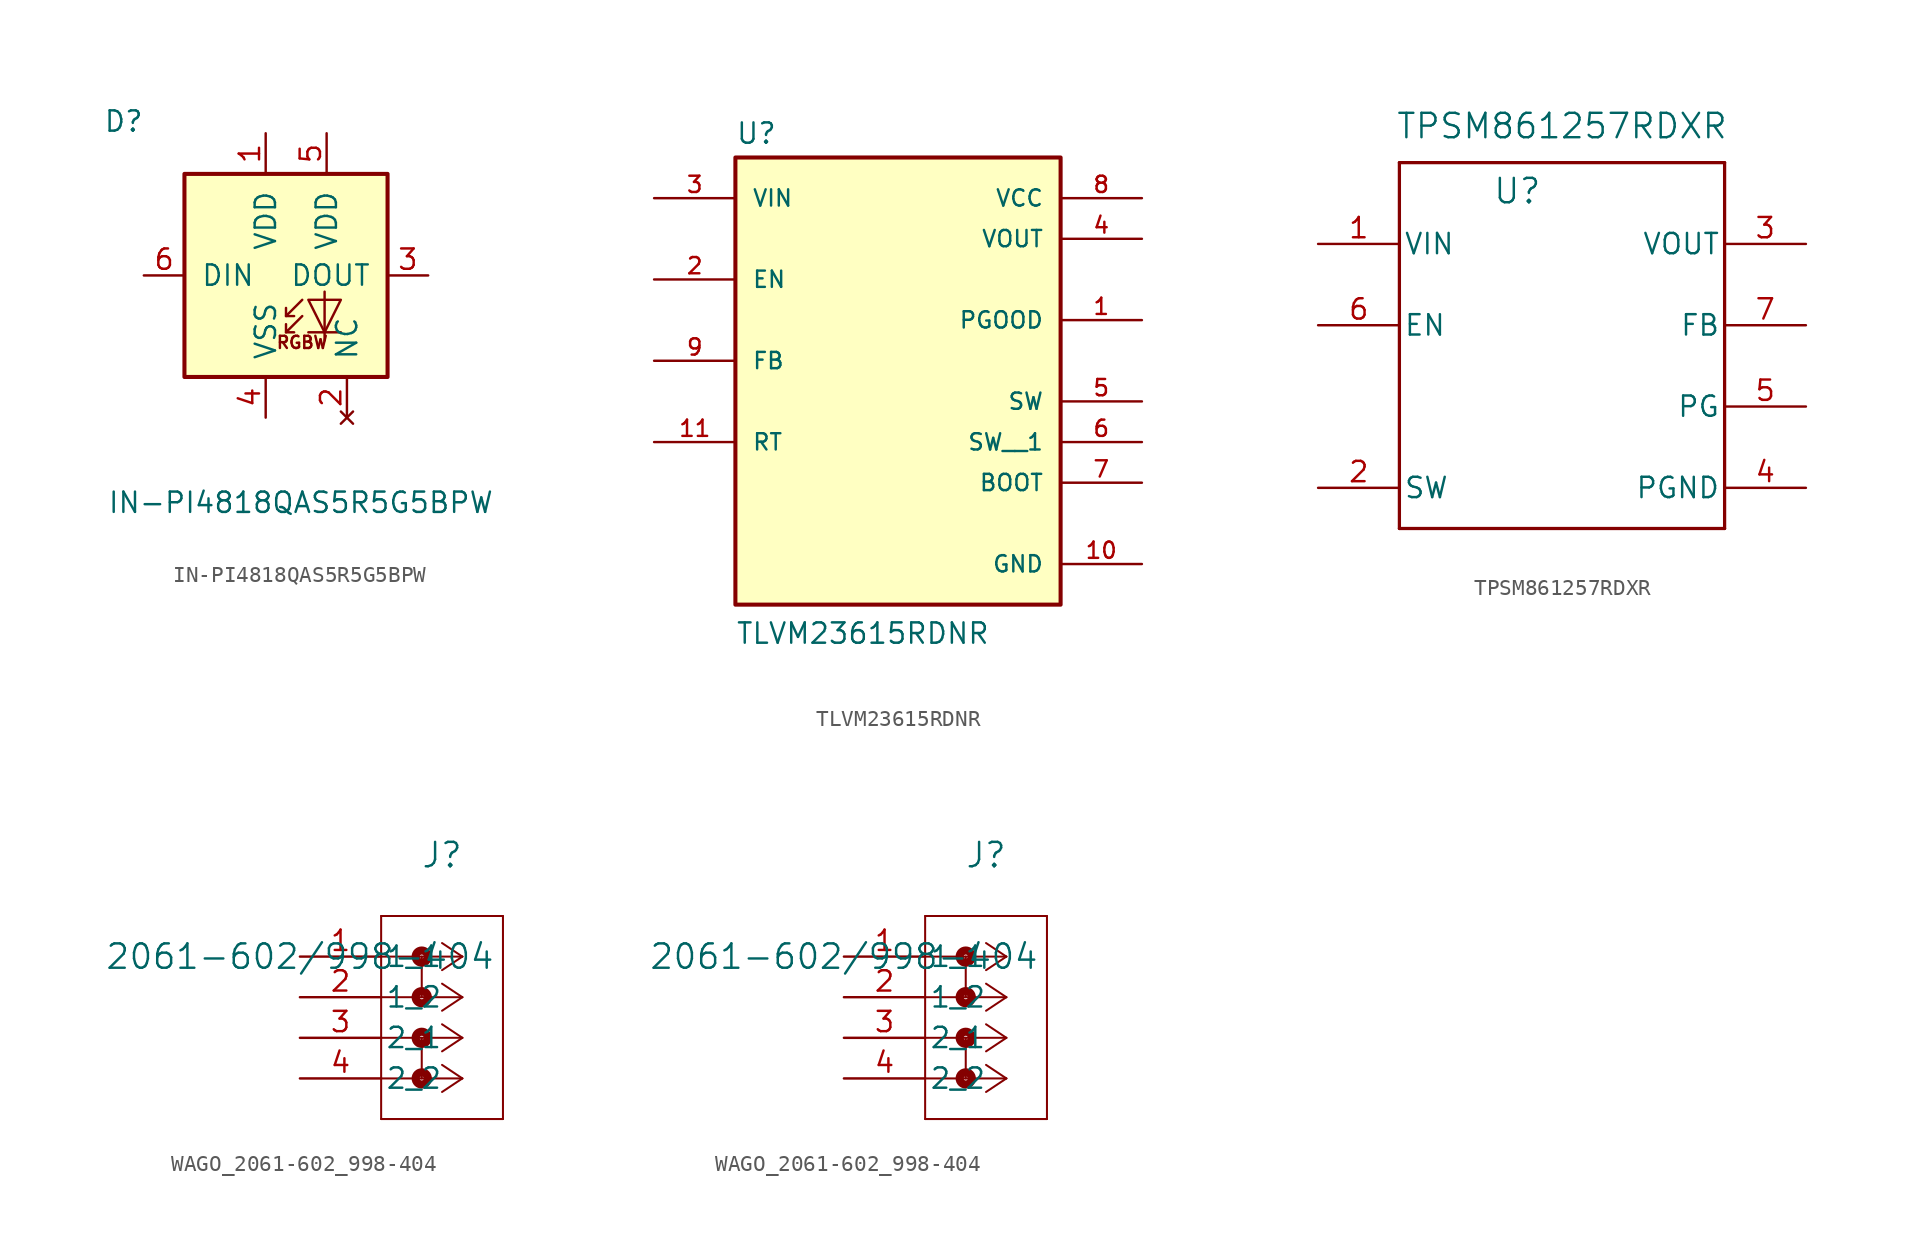
<source format=kicad_sym>
(kicad_symbol_lib
  (version 20231120)
  (generator "kicad_symbol_editor")
  (generator_version "8.0")
  (symbol "IN-PI4818QAS5R5G5BPW"
    (pin_names
      (offset 1.016))
    (property "Reference" "D"
      (at -10.16 8.89 0)
      (effects (font (size 1.27 1.27)) (justify left bottom)))
    (property "Value" "IN-PI4818QAS5R5G5BPW"
      (at -9.906 -13.462 0)
      (effects (font (size 1.27 1.27)) (justify left top)))
    (symbol "IN-PI4818QAS5R5G5BPW_0_1"
      (rectangle (start -5.08 6.35) (end 7.62 -6.35) (stroke (width 0.254) (type default)) (fill (type background)))
      (polyline (pts (xy 1.27 -3.556) (xy 1.778 -3.556)) (stroke (width 0) (type default)) (fill (type none)))
      (polyline (pts (xy 1.27 -2.54) (xy 1.778 -2.54)) (stroke (width 0) (type default)) (fill (type none)))
      (polyline (pts (xy 4.699 -3.556) (xy 2.667 -3.556)) (stroke (width 0) (type default)) (fill (type none)))
      (polyline (pts (xy 2.286 -2.54) (xy 1.27 -3.556) (xy 1.27 -3.048)) (stroke (width 0) (type default)) (fill (type none)))
      (polyline (pts (xy 2.286 -1.524) (xy 1.27 -2.54) (xy 1.27 -2.032)) (stroke (width 0) (type default)) (fill (type none)))
      (polyline (pts (xy 3.683 -1.016) (xy 3.683 -3.556) (xy 3.683 -4.064)) (stroke (width 0) (type default)) (fill (type none)))
      (polyline (pts (xy 4.699 -1.524) (xy 2.667 -1.524) (xy 3.683 -3.556) (xy 4.699 -1.524)) (stroke (width 0) (type default)) (fill (type none))))
    (symbol "IN-PI4818QAS5R5G5BPW_1_0"
      (text "RGBW" (at 2.286 -4.191 0) (effects (font (size 0.762 0.762)))))
    (symbol "IN-PI4818QAS5R5G5BPW_1_1"
      (pin power_in line (at 0 8.89 270) (length 2.54) (name "VDD" (effects (font (size 1.27 1.27)))) (number "1" (effects (font (size 1.27 1.27)))))
      (pin no_connect line (at 5.08 -8.89 90) (length 2.54) (name "NC" (effects (font (size 1.27 1.27)))) (number "2" (effects (font (size 1.27 1.27)))))
      (pin output line (at 10.16 0 180) (length 2.54) (name "DOUT" (effects (font (size 1.27 1.27)))) (number "3" (effects (font (size 1.27 1.27)))))
      (pin power_in line (at 0 -8.89 90) (length 2.54) (name "VSS" (effects (font (size 1.27 1.27)))) (number "4" (effects (font (size 1.27 1.27)))))
      (pin power_in line (at 3.81 8.89 270) (length 2.54) (name "VDD" (effects (font (size 1.27 1.27)))) (number "5" (effects (font (size 1.27 1.27)))))
      (pin input line (at -7.62 0 0) (length 2.54) (name "DIN" (effects (font (size 1.27 1.27)))) (number "6" (effects (font (size 1.27 1.27)))))))
  (symbol "TLVM23615RDNR"
    (pin_names
      (offset 1.016))
    (property "Reference" "U"
      (at -10.16 13.462 0)
      (effects (font (size 1.27 1.27)) (justify left bottom)))
    (property "Value" "TLVM23615RDNR"
      (at -10.16 -17.78 0)
      (effects (font (size 1.27 1.27)) (justify left bottom)))
    (symbol "TLVM23615RDNR_0_0"
      (rectangle (start -10.16 -15.24) (end 10.16 12.7) (stroke (width 0.254) (type default)) (fill (type background)))
      (pin output line (at 15.24 2.54 180) (length 5.08) (name "PGOOD" (effects (font (size 1.016 1.016)))) (number "1" (effects (font (size 1.016 1.016)))))
      (pin power_in line (at 15.24 -12.7 180) (length 5.08) (name "GND" (effects (font (size 1.016 1.016)))) (number "10" (effects (font (size 1.016 1.016)))))
      (pin passive line (at -15.24 -5.08 0) (length 5.08) (name "RT" (effects (font (size 1.016 1.016)))) (number "11" (effects (font (size 1.016 1.016)))))
      (pin input line (at -15.24 5.08 0) (length 5.08) (name "EN" (effects (font (size 1.016 1.016)))) (number "2" (effects (font (size 1.016 1.016)))))
      (pin input line (at -15.24 10.16 0) (length 5.08) (name "VIN" (effects (font (size 1.016 1.016)))) (number "3" (effects (font (size 1.016 1.016)))))
      (pin output line (at 15.24 7.62 180) (length 5.08) (name "VOUT" (effects (font (size 1.016 1.016)))) (number "4" (effects (font (size 1.016 1.016)))))
      (pin passive line (at 15.24 -2.54 180) (length 5.08) (name "SW" (effects (font (size 1.016 1.016)))) (number "5" (effects (font (size 1.016 1.016)))))
      (pin passive line (at 15.24 -5.08 180) (length 5.08) (name "SW__1" (effects (font (size 1.016 1.016)))) (number "6" (effects (font (size 1.016 1.016)))))
      (pin passive line (at 15.24 -7.62 180) (length 5.08) (name "BOOT" (effects (font (size 1.016 1.016)))) (number "7" (effects (font (size 1.016 1.016)))))
      (pin output line (at 15.24 10.16 180) (length 5.08) (name "VCC" (effects (font (size 1.016 1.016)))) (number "8" (effects (font (size 1.016 1.016)))))
      (pin input line (at -15.24 0 0) (length 5.08) (name "FB" (effects (font (size 1.016 1.016)))) (number "9" (effects (font (size 1.016 1.016)))))))
  (symbol "TPSM861257RDXR"
    (pin_names
      (offset 0.254))
    (property "Reference" "U"
      (at 12.446 3.302 0)
      (effects (font (size 1.524 1.524))))
    (property "Value" "TPSM861257RDXR"
      (at 15.24 7.366 0)
      (effects (font (size 1.524 1.524))))
    (symbol "TPSM861257RDXR_0_1"
      (polyline (pts (xy 5.08 -17.78) (xy 25.4 -17.78)) (stroke (width 0.203) (type default)) (fill (type none)))
      (polyline (pts (xy 5.08 5.08) (xy 5.08 -17.78)) (stroke (width 0.203) (type default)) (fill (type none)))
      (polyline (pts (xy 25.4 -17.78) (xy 25.4 5.08)) (stroke (width 0.203) (type default)) (fill (type none)))
      (polyline (pts (xy 25.4 5.08) (xy 5.08 5.08)) (stroke (width 0.203) (type default)) (fill (type none)))
      (pin power_in line (at 0 0 0) (length 5.08) (name "VIN" (effects (font (size 1.27 1.27)))) (number "1" (effects (font (size 1.27 1.27)))))
      (pin unspecified line (at 0 -15.24 0) (length 5.08) (name "SW" (effects (font (size 1.27 1.27)))) (number "2" (effects (font (size 1.27 1.27)))))
      (pin power_in line (at 30.48 0 180) (length 5.08) (name "VOUT" (effects (font (size 1.27 1.27)))) (number "3" (effects (font (size 1.27 1.27)))))
      (pin power_in line (at 30.48 -15.24 180) (length 5.08) (name "PGND" (effects (font (size 1.27 1.27)))) (number "4" (effects (font (size 1.27 1.27)))))
      (pin open_collector line (at 30.48 -10.16 180) (length 5.08) (name "PG" (effects (font (size 1.27 1.27)))) (number "5" (effects (font (size 1.27 1.27)))))
      (pin input line (at 0 -5.08 0) (length 5.08) (name "EN" (effects (font (size 1.27 1.27)))) (number "6" (effects (font (size 1.27 1.27)))))
      (pin unspecified line (at 30.48 -5.08 180) (length 5.08) (name "FB" (effects (font (size 1.27 1.27)))) (number "7" (effects (font (size 1.27 1.27)))))))
  (symbol "WAGO_2061-602_998-404"
    (pin_names
      (offset 0.254))
    (property "Reference" "J"
      (at 8.89 6.35 0)
      (effects (font (size 1.524 1.524))))
    (property "Value" "2061-602/998-404"
      (at 0 0 0)
      (effects (font (size 1.524 1.524))))
    (property "ki_locked" ""
      (at 0 0 0)
      (effects (font (size 1.27 1.27))))
    (symbol "WAGO_2061-602_998-404_1_1"
      (polyline (pts (xy 5.08 -10.16) (xy 12.7 -10.16)) (stroke (width 0.127) (type default)) (fill (type none)))
      (polyline (pts (xy 5.08 2.54) (xy 5.08 -10.16)) (stroke (width 0.127) (type default)) (fill (type none)))
      (polyline (pts (xy 7.62 -5.08) (xy 7.62 -7.62)) (stroke (width 0.127) (type default)) (fill (type none)))
      (polyline (pts (xy 7.62 0) (xy 7.62 -2.54)) (stroke (width 0.127) (type default)) (fill (type none)))
      (polyline (pts (xy 10.16 -7.62) (xy 5.08 -7.62)) (stroke (width 0.127) (type default)) (fill (type none)))
      (polyline (pts (xy 10.16 -7.62) (xy 8.89 -8.467)) (stroke (width 0.127) (type default)) (fill (type none)))
      (polyline (pts (xy 10.16 -7.62) (xy 8.89 -6.773)) (stroke (width 0.127) (type default)) (fill (type none)))
      (polyline (pts (xy 10.16 -5.08) (xy 5.08 -5.08)) (stroke (width 0.127) (type default)) (fill (type none)))
      (polyline (pts (xy 10.16 -5.08) (xy 8.89 -5.927)) (stroke (width 0.127) (type default)) (fill (type none)))
      (polyline (pts (xy 10.16 -5.08) (xy 8.89 -4.233)) (stroke (width 0.127) (type default)) (fill (type none)))
      (polyline (pts (xy 10.16 -2.54) (xy 5.08 -2.54)) (stroke (width 0.127) (type default)) (fill (type none)))
      (polyline (pts (xy 10.16 -2.54) (xy 8.89 -3.387)) (stroke (width 0.127) (type default)) (fill (type none)))
      (polyline (pts (xy 10.16 -2.54) (xy 8.89 -1.693)) (stroke (width 0.127) (type default)) (fill (type none)))
      (polyline (pts (xy 10.16 0) (xy 5.08 0)) (stroke (width 0.127) (type default)) (fill (type none)))
      (polyline (pts (xy 10.16 0) (xy 8.89 -0.847)) (stroke (width 0.127) (type default)) (fill (type none)))
      (polyline (pts (xy 10.16 0) (xy 8.89 0.847)) (stroke (width 0.127) (type default)) (fill (type none)))
      (polyline (pts (xy 12.7 -10.16) (xy 12.7 2.54)) (stroke (width 0.127) (type default)) (fill (type none)))
      (polyline (pts (xy 12.7 2.54) (xy 5.08 2.54)) (stroke (width 0.127) (type default)) (fill (type none)))
      (circle (center 7.62 -7.62) (radius 0.127) (stroke (width 0.508) (type default)) (fill (type none)))
      (circle (center 7.62 -5.08) (radius 0.127) (stroke (width 0.508) (type default)) (fill (type none)))
      (circle (center 7.62 -2.54) (radius 0.127) (stroke (width 0.508) (type default)) (fill (type none)))
      (circle (center 7.62 0) (radius 0.127) (stroke (width 0.508) (type default)) (fill (type none)))
      (pin unspecified line (at 0 0 0) (length 5.08) (name "1_1" (effects (font (size 1.27 1.27)))) (number "1" (effects (font (size 1.27 1.27)))))
      (pin unspecified line (at 0 -2.54 0) (length 5.08) (name "1_2" (effects (font (size 1.27 1.27)))) (number "2" (effects (font (size 1.27 1.27)))))
      (pin unspecified line (at 0 -5.08 0) (length 5.08) (name "2_1" (effects (font (size 1.27 1.27)))) (number "3" (effects (font (size 1.27 1.27)))))
      (pin unspecified line (at 0 -7.62 0) (length 5.08) (name "2_2" (effects (font (size 1.27 1.27)))) (number "4" (effects (font (size 1.27 1.27))))))
    (symbol "WAGO_2061-602_998-404_1_2"
      (polyline (pts (xy 5.08 -10.16) (xy 12.7 -10.16)) (stroke (width 0.127) (type default)) (fill (type none)))
      (polyline (pts (xy 5.08 2.54) (xy 5.08 -10.16)) (stroke (width 0.127) (type default)) (fill (type none)))
      (polyline (pts (xy 7.62 -5.08) (xy 7.62 -7.62)) (stroke (width 0.127) (type default)) (fill (type none)))
      (polyline (pts (xy 7.62 0) (xy 7.62 -2.54)) (stroke (width 0.127) (type default)) (fill (type none)))
      (polyline (pts (xy 10.16 -7.62) (xy 5.08 -7.62)) (stroke (width 0.127) (type default)) (fill (type none)))
      (polyline (pts (xy 10.16 -7.62) (xy 8.89 -8.467)) (stroke (width 0.127) (type default)) (fill (type none)))
      (polyline (pts (xy 10.16 -7.62) (xy 8.89 -6.773)) (stroke (width 0.127) (type default)) (fill (type none)))
      (polyline (pts (xy 10.16 -5.08) (xy 5.08 -5.08)) (stroke (width 0.127) (type default)) (fill (type none)))
      (polyline (pts (xy 10.16 -5.08) (xy 8.89 -5.927)) (stroke (width 0.127) (type default)) (fill (type none)))
      (polyline (pts (xy 10.16 -5.08) (xy 8.89 -4.233)) (stroke (width 0.127) (type default)) (fill (type none)))
      (polyline (pts (xy 10.16 -2.54) (xy 5.08 -2.54)) (stroke (width 0.127) (type default)) (fill (type none)))
      (polyline (pts (xy 10.16 -2.54) (xy 8.89 -3.387)) (stroke (width 0.127) (type default)) (fill (type none)))
      (polyline (pts (xy 10.16 -2.54) (xy 8.89 -1.693)) (stroke (width 0.127) (type default)) (fill (type none)))
      (polyline (pts (xy 10.16 0) (xy 5.08 0)) (stroke (width 0.127) (type default)) (fill (type none)))
      (polyline (pts (xy 10.16 0) (xy 8.89 -0.847)) (stroke (width 0.127) (type default)) (fill (type none)))
      (polyline (pts (xy 10.16 0) (xy 8.89 0.847)) (stroke (width 0.127) (type default)) (fill (type none)))
      (polyline (pts (xy 12.7 -10.16) (xy 12.7 2.54)) (stroke (width 0.127) (type default)) (fill (type none)))
      (polyline (pts (xy 12.7 2.54) (xy 5.08 2.54)) (stroke (width 0.127) (type default)) (fill (type none)))
      (circle (center 7.62 -7.62) (radius 0.127) (stroke (width 0.508) (type default)) (fill (type none)))
      (circle (center 7.62 -5.08) (radius 0.127) (stroke (width 0.508) (type default)) (fill (type none)))
      (circle (center 7.62 -2.54) (radius 0.127) (stroke (width 0.508) (type default)) (fill (type none)))
      (circle (center 7.62 0) (radius 0.127) (stroke (width 0.508) (type default)) (fill (type none)))
      (pin unspecified line (at 0 0 0) (length 5.08) (name "1_1" (effects (font (size 1.27 1.27)))) (number "1" (effects (font (size 1.27 1.27)))))
      (pin unspecified line (at 0 -2.54 0) (length 5.08) (name "1_2" (effects (font (size 1.27 1.27)))) (number "2" (effects (font (size 1.27 1.27)))))
      (pin unspecified line (at 0 -5.08 0) (length 5.08) (name "2_1" (effects (font (size 1.27 1.27)))) (number "3" (effects (font (size 1.27 1.27)))))
      (pin unspecified line (at 0 -7.62 0) (length 5.08) (name "2_2" (effects (font (size 1.27 1.27)))) (number "4" (effects (font (size 1.27 1.27))))))))
</source>
